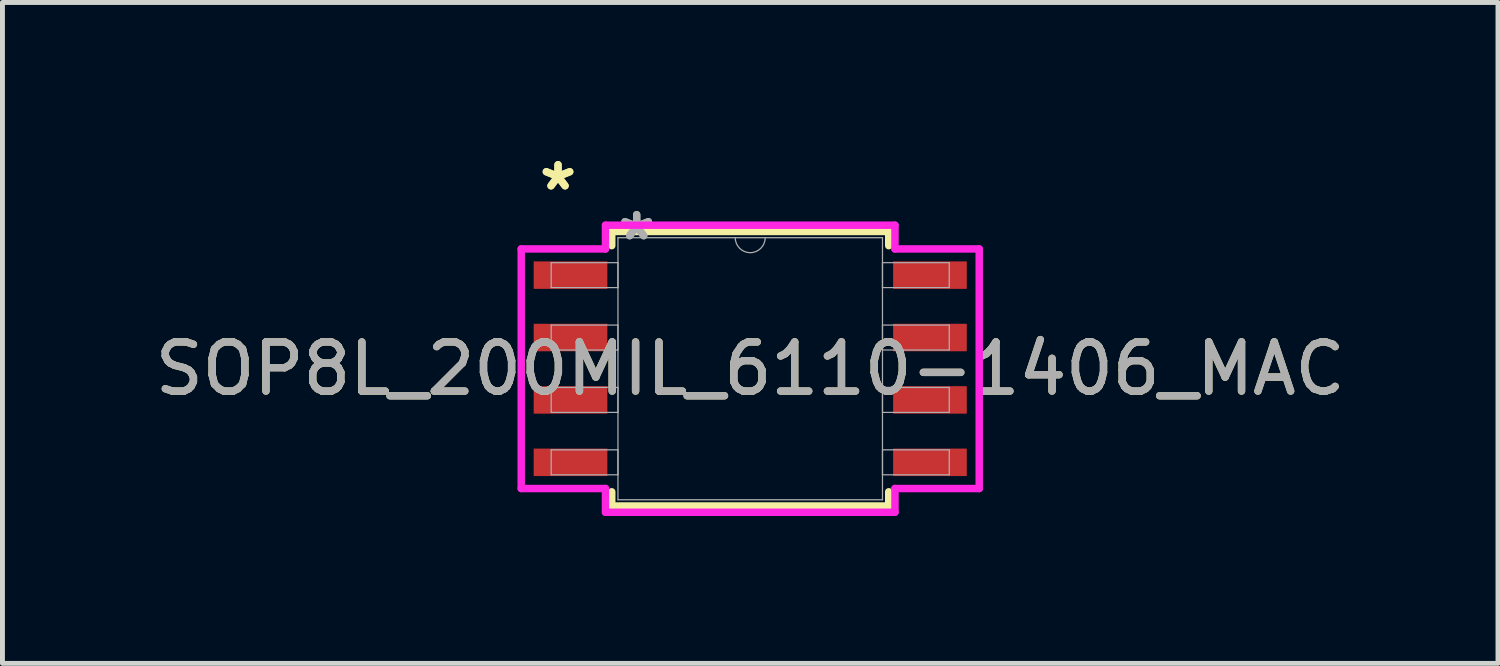
<source format=kicad_pcb>
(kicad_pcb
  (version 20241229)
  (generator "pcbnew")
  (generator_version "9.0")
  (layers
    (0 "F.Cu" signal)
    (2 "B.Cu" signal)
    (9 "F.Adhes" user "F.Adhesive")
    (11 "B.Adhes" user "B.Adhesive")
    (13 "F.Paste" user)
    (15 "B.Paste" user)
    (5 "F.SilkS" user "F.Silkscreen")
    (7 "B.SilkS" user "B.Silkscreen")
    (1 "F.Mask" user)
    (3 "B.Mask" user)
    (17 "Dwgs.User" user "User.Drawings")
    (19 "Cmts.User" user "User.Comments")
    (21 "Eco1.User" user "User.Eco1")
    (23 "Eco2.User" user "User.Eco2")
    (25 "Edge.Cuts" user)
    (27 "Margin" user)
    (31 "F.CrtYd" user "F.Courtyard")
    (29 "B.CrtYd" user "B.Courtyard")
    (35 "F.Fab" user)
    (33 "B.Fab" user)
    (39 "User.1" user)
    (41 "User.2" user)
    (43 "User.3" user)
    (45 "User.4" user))
  (footprint "SOP8L_200MIL_6110-1406_MAC"
    (layer "F.Cu")
    (at 12.22 4.455)
    (property "Reference" "SOP8L_200MIL_6110-1406_MAC" (at 0 0 0) (unlocked yes) (layer "F.SilkS") (effects (font (size 1 1) (thickness 0.15))))
    (attr smd)
    (fp_line (start -2.819 -2.794) (end -2.819 -2.505) (stroke (width 0.152) (type solid)) (layer "F.SilkS"))
    (fp_line (start -2.819 2.505) (end -2.819 2.794) (stroke (width 0.152) (type solid)) (layer "F.SilkS"))
    (fp_line (start -2.819 2.794) (end 2.819 2.794) (stroke (width 0.152) (type solid)) (layer "F.SilkS"))
    (fp_line (start 2.819 -2.794) (end -2.819 -2.794) (stroke (width 0.152) (type solid)) (layer "F.SilkS"))
    (fp_line (start 2.819 -2.505) (end 2.819 -2.794) (stroke (width 0.152) (type solid)) (layer "F.SilkS"))
    (fp_line (start 2.819 2.794) (end 2.819 2.505) (stroke (width 0.152) (type solid)) (layer "F.SilkS"))
    (fp_line (start -4.661 -2.438) (end -2.946 -2.438) (stroke (width 0.152) (type solid)) (layer "F.CrtYd"))
    (fp_line (start -4.661 2.438) (end -4.661 -2.438) (stroke (width 0.152) (type solid)) (layer "F.CrtYd"))
    (fp_line (start -4.661 2.438) (end -2.946 2.438) (stroke (width 0.152) (type solid)) (layer "F.CrtYd"))
    (fp_line (start -2.946 -2.921) (end 2.946 -2.921) (stroke (width 0.152) (type solid)) (layer "F.CrtYd"))
    (fp_line (start -2.946 -2.438) (end -2.946 -2.921) (stroke (width 0.152) (type solid)) (layer "F.CrtYd"))
    (fp_line (start -2.946 2.921) (end -2.946 2.438) (stroke (width 0.152) (type solid)) (layer "F.CrtYd"))
    (fp_line (start 2.946 -2.921) (end 2.946 -2.438) (stroke (width 0.152) (type solid)) (layer "F.CrtYd"))
    (fp_line (start 2.946 2.438) (end 2.946 2.921) (stroke (width 0.152) (type solid)) (layer "F.CrtYd"))
    (fp_line (start 2.946 2.921) (end -2.946 2.921) (stroke (width 0.152) (type solid)) (layer "F.CrtYd"))
    (fp_line (start 4.661 -2.438) (end 2.946 -2.438) (stroke (width 0.152) (type solid)) (layer "F.CrtYd"))
    (fp_line (start 4.661 -2.438) (end 4.661 2.438) (stroke (width 0.152) (type solid)) (layer "F.CrtYd"))
    (fp_line (start 4.661 2.438) (end 2.946 2.438) (stroke (width 0.152) (type solid)) (layer "F.CrtYd"))
    (fp_line (start -4.051 -2.159) (end -4.051 -1.651) (stroke (width 0.025) (type solid)) (layer "F.Fab"))
    (fp_line (start -4.051 -1.651) (end -2.692 -1.651) (stroke (width 0.025) (type solid)) (layer "F.Fab"))
    (fp_line (start -4.051 -0.889) (end -4.051 -0.381) (stroke (width 0.025) (type solid)) (layer "F.Fab"))
    (fp_line (start -4.051 -0.381) (end -2.692 -0.381) (stroke (width 0.025) (type solid)) (layer "F.Fab"))
    (fp_line (start -4.051 0.381) (end -4.051 0.889) (stroke (width 0.025) (type solid)) (layer "F.Fab"))
    (fp_line (start -4.051 0.889) (end -2.692 0.889) (stroke (width 0.025) (type solid)) (layer "F.Fab"))
    (fp_line (start -4.051 1.651) (end -4.051 2.159) (stroke (width 0.025) (type solid)) (layer "F.Fab"))
    (fp_line (start -4.051 2.159) (end -2.692 2.159) (stroke (width 0.025) (type solid)) (layer "F.Fab"))
    (fp_line (start -2.692 -2.667) (end -2.692 2.667) (stroke (width 0.025) (type solid)) (layer "F.Fab"))
    (fp_line (start -2.692 -2.159) (end -4.051 -2.159) (stroke (width 0.025) (type solid)) (layer "F.Fab"))
    (fp_line (start -2.692 -1.651) (end -2.692 -2.159) (stroke (width 0.025) (type solid)) (layer "F.Fab"))
    (fp_line (start -2.692 -0.889) (end -4.051 -0.889) (stroke (width 0.025) (type solid)) (layer "F.Fab"))
    (fp_line (start -2.692 -0.381) (end -2.692 -0.889) (stroke (width 0.025) (type solid)) (layer "F.Fab"))
    (fp_line (start -2.692 0.381) (end -4.051 0.381) (stroke (width 0.025) (type solid)) (layer "F.Fab"))
    (fp_line (start -2.692 0.889) (end -2.692 0.381) (stroke (width 0.025) (type solid)) (layer "F.Fab"))
    (fp_line (start -2.692 1.651) (end -4.051 1.651) (stroke (width 0.025) (type solid)) (layer "F.Fab"))
    (fp_line (start -2.692 2.159) (end -2.692 1.651) (stroke (width 0.025) (type solid)) (layer "F.Fab"))
    (fp_line (start -2.692 2.667) (end 2.692 2.667) (stroke (width 0.025) (type solid)) (layer "F.Fab"))
    (fp_line (start 2.692 -2.667) (end -2.692 -2.667) (stroke (width 0.025) (type solid)) (layer "F.Fab"))
    (fp_line (start 2.692 -2.159) (end 2.692 -1.651) (stroke (width 0.025) (type solid)) (layer "F.Fab"))
    (fp_line (start 2.692 -1.651) (end 4.051 -1.651) (stroke (width 0.025) (type solid)) (layer "F.Fab"))
    (fp_line (start 2.692 -0.889) (end 2.692 -0.381) (stroke (width 0.025) (type solid)) (layer "F.Fab"))
    (fp_line (start 2.692 -0.381) (end 4.051 -0.381) (stroke (width 0.025) (type solid)) (layer "F.Fab"))
    (fp_line (start 2.692 0.381) (end 2.692 0.889) (stroke (width 0.025) (type solid)) (layer "F.Fab"))
    (fp_line (start 2.692 0.889) (end 4.051 0.889) (stroke (width 0.025) (type solid)) (layer "F.Fab"))
    (fp_line (start 2.692 1.651) (end 2.692 2.159) (stroke (width 0.025) (type solid)) (layer "F.Fab"))
    (fp_line (start 2.692 2.159) (end 4.051 2.159) (stroke (width 0.025) (type solid)) (layer "F.Fab"))
    (fp_line (start 2.692 2.667) (end 2.692 -2.667) (stroke (width 0.025) (type solid)) (layer "F.Fab"))
    (fp_line (start 4.051 -2.159) (end 2.692 -2.159) (stroke (width 0.025) (type solid)) (layer "F.Fab"))
    (fp_line (start 4.051 -1.651) (end 4.051 -2.159) (stroke (width 0.025) (type solid)) (layer "F.Fab"))
    (fp_line (start 4.051 -0.889) (end 2.692 -0.889) (stroke (width 0.025) (type solid)) (layer "F.Fab"))
    (fp_line (start 4.051 -0.381) (end 4.051 -0.889) (stroke (width 0.025) (type solid)) (layer "F.Fab"))
    (fp_line (start 4.051 0.381) (end 2.692 0.381) (stroke (width 0.025) (type solid)) (layer "F.Fab"))
    (fp_line (start 4.051 0.889) (end 4.051 0.381) (stroke (width 0.025) (type solid)) (layer "F.Fab"))
    (fp_line (start 4.051 1.651) (end 2.692 1.651) (stroke (width 0.025) (type solid)) (layer "F.Fab"))
    (fp_line (start 4.051 2.159) (end 4.051 1.651) (stroke (width 0.025) (type solid)) (layer "F.Fab"))
    (fp_arc (start 0.3048 -2.667) (mid 0 -2.3622) (end -0.3048 -2.667) (stroke (width 0.0254) (type solid)) (layer "F.Fab"))
    (fp_text user "*" (at -3.912 -3.607 0) (unlocked yes) (layer "F.SilkS") (effects (font (size 1 1) (thickness 0.15))))
    (fp_text user "*" (at -3.912 -3.607 0) (layer "F.SilkS") (effects (font (size 1 1) (thickness 0.15))))
    (fp_text user "${REFERENCE}" (at 0 0 0) (unlocked yes) (layer "F.Fab") (effects (font (size 1 1) (thickness 0.15))))
    (fp_text user "*" (at -2.311 -2.591 0) (layer "F.Fab") (effects (font (size 1 1) (thickness 0.15))))
    (fp_text user "*" (at -2.311 -2.591 0) (unlocked yes) (layer "F.Fab") (effects (font (size 1 1) (thickness 0.15))))
    (pad "1" smd rect (at -3.658 -1.905) (size 1.499 0.559) (layers "F.Cu" "F.Mask" "F.Paste"))
    (pad "2" smd rect (at -3.658 -0.635) (size 1.499 0.559) (layers "F.Cu" "F.Mask" "F.Paste"))
    (pad "3" smd rect (at -3.658 0.635) (size 1.499 0.559) (layers "F.Cu" "F.Mask" "F.Paste"))
    (pad "4" smd rect (at -3.658 1.905) (size 1.499 0.559) (layers "F.Cu" "F.Mask" "F.Paste"))
    (pad "5" smd rect (at 3.658 1.905) (size 1.499 0.559) (layers "F.Cu" "F.Mask" "F.Paste"))
    (pad "6" smd rect (at 3.658 0.635) (size 1.499 0.559) (layers "F.Cu" "F.Mask" "F.Paste"))
    (pad "7" smd rect (at 3.658 -0.635) (size 1.499 0.559) (layers "F.Cu" "F.Mask" "F.Paste"))
    (pad "8" smd rect (at 3.658 -1.905) (size 1.499 0.559) (layers "F.Cu" "F.Mask" "F.Paste")))
  (gr_rect
    (start -3 -3)
    (end 27.44 10.452)
    (stroke (width 0.1) (type default))
    (fill no)
    (layer "Edge.Cuts")))
</source>
